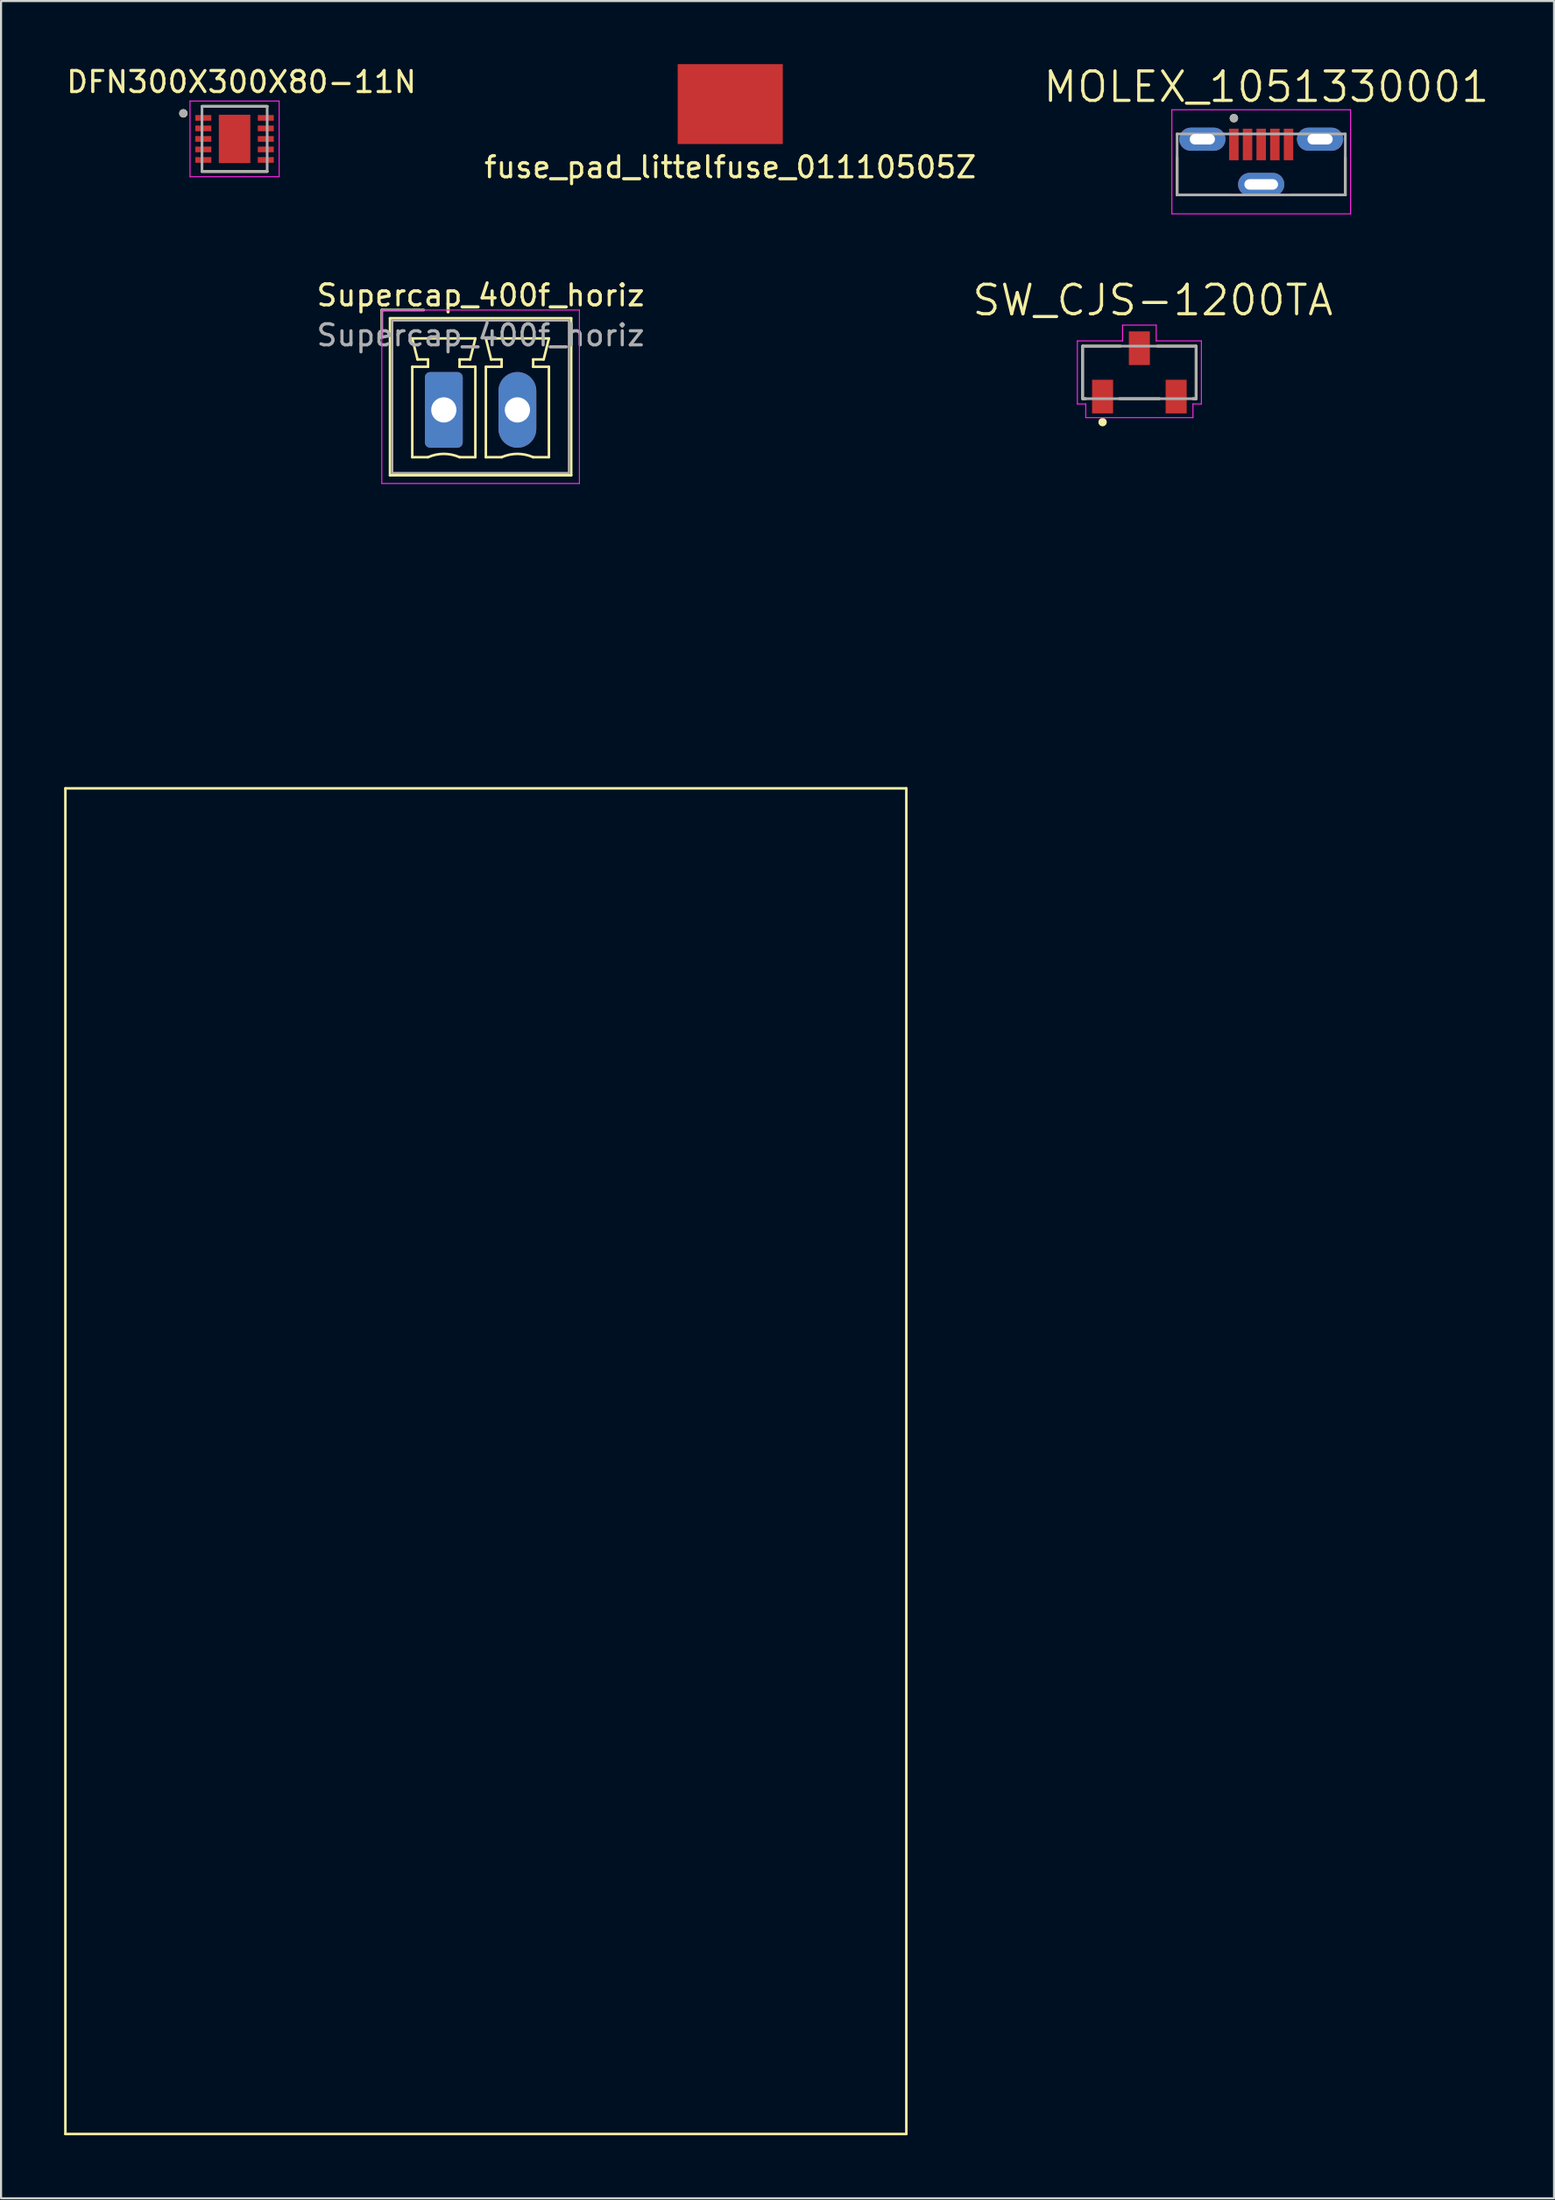
<source format=kicad_pcb>
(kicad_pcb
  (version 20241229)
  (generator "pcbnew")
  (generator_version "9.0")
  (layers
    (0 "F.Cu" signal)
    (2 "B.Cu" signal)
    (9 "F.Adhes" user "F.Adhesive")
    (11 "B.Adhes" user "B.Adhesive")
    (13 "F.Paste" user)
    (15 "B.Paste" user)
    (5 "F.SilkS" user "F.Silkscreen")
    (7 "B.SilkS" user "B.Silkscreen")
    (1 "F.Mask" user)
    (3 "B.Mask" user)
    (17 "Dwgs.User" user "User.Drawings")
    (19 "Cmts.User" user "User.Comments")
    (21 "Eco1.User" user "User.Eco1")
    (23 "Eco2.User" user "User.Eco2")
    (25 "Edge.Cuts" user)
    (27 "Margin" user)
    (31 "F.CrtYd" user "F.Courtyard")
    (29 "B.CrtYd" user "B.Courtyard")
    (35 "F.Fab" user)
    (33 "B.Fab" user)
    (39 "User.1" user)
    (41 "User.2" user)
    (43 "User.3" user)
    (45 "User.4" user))
  (footprint "Supercap_400f_horiz"
    (layer "F.Cu")
    (at 18.06 16.445)
    (property "Reference" "Supercap_400f_horiz" (at 1.75 -5.45 0) (layer "F.SilkS") (effects (font (size 1 1) (thickness 0.15))))
    (attr through_hole)
    (fp_line (start -18 18) (end 22 18) (stroke (width 0.12) (type solid)) (layer "F.SilkS"))
    (fp_line (start -18 82) (end -18 18) (stroke (width 0.12) (type solid)) (layer "F.SilkS"))
    (fp_line (start -2.95 -4.75) (end -0.95 -4.75) (stroke (width 0.12) (type solid)) (layer "F.SilkS"))
    (fp_line (start -2.95 -3.5) (end -2.95 -4.75) (stroke (width 0.12) (type solid)) (layer "F.SilkS"))
    (fp_line (start -2.56 -4.36) (end -2.56 3.11) (stroke (width 0.12) (type solid)) (layer "F.SilkS"))
    (fp_line (start -2.56 3.11) (end 6.06 3.11) (stroke (width 0.12) (type solid)) (layer "F.SilkS"))
    (fp_line (start -1.5 -3.4) (end 1.5 -3.4) (stroke (width 0.12) (type solid)) (layer "F.SilkS"))
    (fp_line (start -1.5 -2.05) (end -0.75 -2.05) (stroke (width 0.12) (type solid)) (layer "F.SilkS"))
    (fp_line (start -1.5 2.25) (end -1.5 -2.05) (stroke (width 0.12) (type solid)) (layer "F.SilkS"))
    (fp_line (start -1.25 -2.4) (end -1.5 -3.4) (stroke (width 0.12) (type solid)) (layer "F.SilkS"))
    (fp_line (start -0.75 -2.4) (end -1.25 -2.4) (stroke (width 0.12) (type solid)) (layer "F.SilkS"))
    (fp_line (start -0.75 -2.05) (end -0.75 -2.4) (stroke (width 0.12) (type solid)) (layer "F.SilkS"))
    (fp_line (start -0.75 2.25) (end -1.5 2.25) (stroke (width 0.12) (type solid)) (layer "F.SilkS"))
    (fp_line (start 0.75 -2.4) (end 0.75 -2.05) (stroke (width 0.12) (type solid)) (layer "F.SilkS"))
    (fp_line (start 0.75 -2.05) (end 1.5 -2.05) (stroke (width 0.12) (type solid)) (layer "F.SilkS"))
    (fp_line (start 1.25 -2.4) (end 0.75 -2.4) (stroke (width 0.12) (type solid)) (layer "F.SilkS"))
    (fp_line (start 1.5 -3.4) (end 1.25 -2.4) (stroke (width 0.12) (type solid)) (layer "F.SilkS"))
    (fp_line (start 1.5 -2.05) (end 1.5 2.25) (stroke (width 0.12) (type solid)) (layer "F.SilkS"))
    (fp_line (start 1.5 2.25) (end 0.75 2.25) (stroke (width 0.12) (type solid)) (layer "F.SilkS"))
    (fp_line (start 2 -3.4) (end 5 -3.4) (stroke (width 0.12) (type solid)) (layer "F.SilkS"))
    (fp_line (start 2 -2.05) (end 2.75 -2.05) (stroke (width 0.12) (type solid)) (layer "F.SilkS"))
    (fp_line (start 2 2.25) (end 2 -2.05) (stroke (width 0.12) (type solid)) (layer "F.SilkS"))
    (fp_line (start 2.25 -2.4) (end 2 -3.4) (stroke (width 0.12) (type solid)) (layer "F.SilkS"))
    (fp_line (start 2.75 -2.4) (end 2.25 -2.4) (stroke (width 0.12) (type solid)) (layer "F.SilkS"))
    (fp_line (start 2.75 -2.05) (end 2.75 -2.4) (stroke (width 0.12) (type solid)) (layer "F.SilkS"))
    (fp_line (start 2.75 2.25) (end 2 2.25) (stroke (width 0.12) (type solid)) (layer "F.SilkS"))
    (fp_line (start 4.25 -2.4) (end 4.25 -2.05) (stroke (width 0.12) (type solid)) (layer "F.SilkS"))
    (fp_line (start 4.25 -2.05) (end 5 -2.05) (stroke (width 0.12) (type solid)) (layer "F.SilkS"))
    (fp_line (start 4.75 -2.4) (end 4.25 -2.4) (stroke (width 0.12) (type solid)) (layer "F.SilkS"))
    (fp_line (start 5 -3.4) (end 4.75 -2.4) (stroke (width 0.12) (type solid)) (layer "F.SilkS"))
    (fp_line (start 5 -2.05) (end 5 2.25) (stroke (width 0.12) (type solid)) (layer "F.SilkS"))
    (fp_line (start 5 2.25) (end 4.25 2.25) (stroke (width 0.12) (type solid)) (layer "F.SilkS"))
    (fp_line (start 6.06 -4.36) (end -2.56 -4.36) (stroke (width 0.12) (type solid)) (layer "F.SilkS"))
    (fp_line (start 6.06 3.11) (end 6.06 -4.36) (stroke (width 0.12) (type solid)) (layer "F.SilkS"))
    (fp_line (start 22 18) (end 22 82) (stroke (width 0.12) (type solid)) (layer "F.SilkS"))
    (fp_line (start 22 82) (end -18 82) (stroke (width 0.12) (type solid)) (layer "F.SilkS"))
    (fp_arc (start -0.75 2.25) (mid -0.000193 2.09191) (end 0.749647 2.249844) (stroke (width 0.12) (type solid)) (layer "F.SilkS"))
    (fp_arc (start 2.75 2.25) (mid 3.499807 2.09191) (end 4.249647 2.249844) (stroke (width 0.12) (type solid)) (layer "F.SilkS"))
    (fp_line (start -2.95 -4.75) (end -2.95 3.5) (stroke (width 0.05) (type solid)) (layer "F.CrtYd"))
    (fp_line (start -2.95 3.5) (end 6.45 3.5) (stroke (width 0.05) (type solid)) (layer "F.CrtYd"))
    (fp_line (start 6.45 -4.75) (end -2.95 -4.75) (stroke (width 0.05) (type solid)) (layer "F.CrtYd"))
    (fp_line (start 6.45 3.5) (end 6.45 -4.75) (stroke (width 0.05) (type solid)) (layer "F.CrtYd"))
    (fp_line (start -2.95 -4.75) (end -0.95 -4.75) (stroke (width 0.1) (type solid)) (layer "F.Fab"))
    (fp_line (start -2.95 -3.5) (end -2.95 -4.75) (stroke (width 0.1) (type solid)) (layer "F.Fab"))
    (fp_line (start -2.45 -4.25) (end -2.45 3) (stroke (width 0.1) (type solid)) (layer "F.Fab"))
    (fp_line (start -2.45 3) (end 5.95 3) (stroke (width 0.1) (type solid)) (layer "F.Fab"))
    (fp_line (start 5.95 -4.25) (end -2.45 -4.25) (stroke (width 0.1) (type solid)) (layer "F.Fab"))
    (fp_line (start 5.95 3) (end 5.95 -4.25) (stroke (width 0.1) (type solid)) (layer "F.Fab"))
    (fp_text user "${REFERENCE}" (at 1.75 -3.55 0) (layer "F.Fab") (effects (font (size 1 1) (thickness 0.15))))
    (pad "1" thru_hole roundrect (at 0 0) (size 1.8 3.6) (drill 1.2) (layers "*.Cu" "*.Mask") (roundrect_rratio 0.139))
    (pad "2" thru_hole oval (at 3.5 0) (size 1.8 3.6) (drill 1.2) (layers "*.Cu" "*.Mask")))
  (footprint "MOLEX_1051330001"
    (layer "F.Cu")
    (at 56.94 3.571)
    (property "Reference" "MOLEX_1051330001" (at 0.245 -2.489 0) (layer "F.SilkS") (effects (font (size 1.4 1.4) (thickness 0.15))))
    (attr through_hole)
    (fp_line (start -4 0.87) (end -4 2.65) (stroke (width 0.127) (type solid)) (layer "F.SilkS"))
    (fp_line (start -4 2.65) (end -1.42 2.65) (stroke (width 0.127) (type solid)) (layer "F.SilkS"))
    (fp_line (start 4 0.87) (end 4 2.65) (stroke (width 0.127) (type solid)) (layer "F.SilkS"))
    (fp_line (start 4 2.65) (end 1.42 2.65) (stroke (width 0.127) (type solid)) (layer "F.SilkS"))
    (fp_circle (center -1.3 -1) (end -1.2 -1) (stroke (width 0.2) (type solid)) (fill no) (layer "F.SilkS"))
    (fp_line (start -4.25 -1.4) (end 4.25 -1.4) (stroke (width 0.05) (type solid)) (layer "F.CrtYd"))
    (fp_line (start -4.25 3.55) (end -4.25 -1.4) (stroke (width 0.05) (type solid)) (layer "F.CrtYd"))
    (fp_line (start 4.25 -1.4) (end 4.25 3.55) (stroke (width 0.05) (type solid)) (layer "F.CrtYd"))
    (fp_line (start 4.25 3.55) (end -4.25 3.55) (stroke (width 0.05) (type solid)) (layer "F.CrtYd"))
    (fp_line (start -4 -0.25) (end 4 -0.25) (stroke (width 0.127) (type solid)) (layer "F.Fab"))
    (fp_line (start -4 2.65) (end -4 -0.25) (stroke (width 0.127) (type solid)) (layer "F.Fab"))
    (fp_line (start 4 -0.25) (end 4 2.65) (stroke (width 0.127) (type solid)) (layer "F.Fab"))
    (fp_line (start 4 2.65) (end -4 2.65) (stroke (width 0.127) (type solid)) (layer "F.Fab"))
    (fp_circle (center -1.3 -1) (end -1.2 -1) (stroke (width 0.2) (type solid)) (fill no) (layer "F.Fab"))
    (pad "1" smd rect (at -1.3 0.25) (size 0.45 1.5) (layers "F.Cu" "F.Mask" "F.Paste"))
    (pad "2" smd rect (at -0.65 0.25) (size 0.45 1.5) (layers "F.Cu" "F.Mask" "F.Paste"))
    (pad "3" smd rect (at 0 0.25) (size 0.45 1.5) (layers "F.Cu" "F.Mask" "F.Paste"))
    (pad "4" smd rect (at 0.65 0.25) (size 0.45 1.5) (layers "F.Cu" "F.Mask" "F.Paste"))
    (pad "5" smd rect (at 1.3 0.25) (size 0.45 1.5) (layers "F.Cu" "F.Mask" "F.Paste"))
    (pad "S1" thru_hole oval (at -2.8 0) (size 2.2 1.1) (drill oval 1.2 0.5) (layers "*.Cu" "*.Mask"))
    (pad "S2" thru_hole oval (at 2.8 0) (size 2.2 1.1) (drill oval 1.2 0.5) (layers "*.Cu" "*.Mask"))
    (pad "S3" thru_hole oval (at 0 2.15) (size 2.2 1.1) (drill oval 1.6 0.5) (layers "*.Cu" "*.Mask")))
  (footprint "fuse_pad_littelfuse_01110505Z"
    (layer "F.Cu")
    (at 31.685 1.9)
    (property "Reference" "fuse_pad_littelfuse_01110505Z" (at 0 3 0) (layer "F.SilkS") (effects (font (size 1 1) (thickness 0.15))))
    (attr smd)
    (pad "1" smd rect (at 0 0) (size 5 3.8) (layers "F.Cu" "F.Mask" "F.Paste")))
  (footprint "DFN300X300X80-11N"
    (layer "F.Cu")
    (at 8.108 3.557)
    (property "Reference" "DFN300X300X80-11N" (at 0.327 -2.708 0) (layer "F.SilkS") (effects (font (size 1 1) (thickness 0.15))))
    (attr through_hole)
    (fp_line (start -1.55 1.55) (end 1.55 1.55) (stroke (width 0.127) (type solid)) (layer "F.SilkS"))
    (fp_line (start 1.55 -1.55) (end -1.55 -1.55) (stroke (width 0.127) (type solid)) (layer "F.SilkS"))
    (fp_circle (center -2.436 -1.216) (end -2.336 -1.216) (stroke (width 0.2) (type solid)) (fill no) (layer "F.SilkS"))
    (fp_poly (pts (xy -0.474 -0.727) (xy 0.474 -0.727) (xy 0.474 0.727) (xy -0.474 0.727)) (stroke (width 0.01) (type solid)) (fill yes) (layer "F.Paste"))
    (fp_line (start -2.12 -1.8) (end 2.12 -1.8) (stroke (width 0.05) (type solid)) (layer "F.CrtYd"))
    (fp_line (start -2.12 1.8) (end -2.12 -1.8) (stroke (width 0.05) (type solid)) (layer "F.CrtYd"))
    (fp_line (start 2.12 -1.8) (end 2.12 1.8) (stroke (width 0.05) (type solid)) (layer "F.CrtYd"))
    (fp_line (start 2.12 1.8) (end -2.12 1.8) (stroke (width 0.05) (type solid)) (layer "F.CrtYd"))
    (fp_line (start -1.55 -1.55) (end -1.55 1.55) (stroke (width 0.127) (type solid)) (layer "F.Fab"))
    (fp_line (start -1.55 1.55) (end 1.55 1.55) (stroke (width 0.127) (type solid)) (layer "F.Fab"))
    (fp_line (start 1.55 -1.55) (end -1.55 -1.55) (stroke (width 0.127) (type solid)) (layer "F.Fab"))
    (fp_line (start 1.55 1.55) (end 1.55 -1.55) (stroke (width 0.127) (type solid)) (layer "F.Fab"))
    (fp_circle (center -2.436 -1.216) (end -2.336 -1.216) (stroke (width 0.2) (type solid)) (fill no) (layer "F.Fab"))
    (pad "1" smd rect (at -1.485 -1) (size 0.76 0.27) (layers "F.Cu" "F.Mask" "F.Paste"))
    (pad "2" smd rect (at -1.485 -0.5) (size 0.76 0.27) (layers "F.Cu" "F.Mask" "F.Paste"))
    (pad "3" smd rect (at -1.485 0) (size 0.76 0.27) (layers "F.Cu" "F.Mask" "F.Paste"))
    (pad "4" smd rect (at -1.485 0.5) (size 0.76 0.27) (layers "F.Cu" "F.Mask" "F.Paste"))
    (pad "5" smd rect (at -1.485 1) (size 0.76 0.27) (layers "F.Cu" "F.Mask" "F.Paste"))
    (pad "6" smd rect (at 1.485 1) (size 0.76 0.27) (layers "F.Cu" "F.Mask" "F.Paste"))
    (pad "7" smd rect (at 1.485 0.5) (size 0.76 0.27) (layers "F.Cu" "F.Mask" "F.Paste"))
    (pad "8" smd rect (at 1.485 0) (size 0.76 0.27) (layers "F.Cu" "F.Mask" "F.Paste"))
    (pad "9" smd rect (at 1.485 -0.5) (size 0.76 0.27) (layers "F.Cu" "F.Mask" "F.Paste"))
    (pad "10" smd rect (at 1.485 -1) (size 0.76 0.27) (layers "F.Cu" "F.Mask" "F.Paste"))
    (pad "11" smd rect (at 0 0) (size 1.5 2.3) (layers "F.Cu" "F.Mask")))
  (footprint "SW_CJS-1200TA"
    (layer "F.Cu")
    (at 51.145 14.662)
    (property "Reference" "SW_CJS-1200TA" (at 0.636 -3.433 0) (layer "F.SilkS") (effects (font (size 1.402 1.402) (thickness 0.15))))
    (attr through_hole)
    (fp_line (start -2.7 -1.25) (end -2.7 1.25) (stroke (width 0.127) (type solid)) (layer "F.SilkS"))
    (fp_line (start -2.7 1.25) (end -2.55 1.25) (stroke (width 0.127) (type solid)) (layer "F.SilkS"))
    (fp_line (start -0.95 1.25) (end 0.95 1.25) (stroke (width 0.127) (type solid)) (layer "F.SilkS"))
    (fp_line (start -0.9 -1.25) (end -2.7 -1.25) (stroke (width 0.127) (type solid)) (layer "F.SilkS"))
    (fp_line (start 2.55 1.25) (end 2.7 1.25) (stroke (width 0.127) (type solid)) (layer "F.SilkS"))
    (fp_line (start 2.7 -1.25) (end 0.85 -1.25) (stroke (width 0.127) (type solid)) (layer "F.SilkS"))
    (fp_line (start 2.7 1.25) (end 2.7 -1.25) (stroke (width 0.127) (type solid)) (layer "F.SilkS"))
    (fp_circle (center -1.75 2.365) (end -1.65 2.365) (stroke (width 0.2) (type solid)) (fill no) (layer "F.SilkS"))
    (fp_line (start -2.95 -1.5) (end -0.8 -1.5) (stroke (width 0.05) (type solid)) (layer "F.CrtYd"))
    (fp_line (start -2.95 1.5) (end -2.95 -1.5) (stroke (width 0.05) (type solid)) (layer "F.CrtYd"))
    (fp_line (start -2.55 1.5) (end -2.95 1.5) (stroke (width 0.05) (type solid)) (layer "F.CrtYd"))
    (fp_line (start -2.55 2.15) (end -2.55 1.5) (stroke (width 0.05) (type solid)) (layer "F.CrtYd"))
    (fp_line (start -0.8 -2.25) (end 0.8 -2.25) (stroke (width 0.05) (type solid)) (layer "F.CrtYd"))
    (fp_line (start -0.8 -1.5) (end -0.8 -2.25) (stroke (width 0.05) (type solid)) (layer "F.CrtYd"))
    (fp_line (start 0.8 -2.25) (end 0.8 -1.5) (stroke (width 0.05) (type solid)) (layer "F.CrtYd"))
    (fp_line (start 0.8 -1.5) (end 2.95 -1.5) (stroke (width 0.05) (type solid)) (layer "F.CrtYd"))
    (fp_line (start 2.55 1.5) (end 2.55 2.15) (stroke (width 0.05) (type solid)) (layer "F.CrtYd"))
    (fp_line (start 2.55 2.15) (end -2.55 2.15) (stroke (width 0.05) (type solid)) (layer "F.CrtYd"))
    (fp_line (start 2.95 -1.5) (end 2.95 1.5) (stroke (width 0.05) (type solid)) (layer "F.CrtYd"))
    (fp_line (start 2.95 1.5) (end 2.55 1.5) (stroke (width 0.05) (type solid)) (layer "F.CrtYd"))
    (fp_line (start -2.7 -1.25) (end 2.7 -1.25) (stroke (width 0.127) (type solid)) (layer "F.Fab"))
    (fp_line (start -2.7 1.25) (end -2.7 -1.25) (stroke (width 0.127) (type solid)) (layer "F.Fab"))
    (fp_line (start 2.7 -1.25) (end 2.7 1.25) (stroke (width 0.127) (type solid)) (layer "F.Fab"))
    (fp_line (start 2.7 1.25) (end -2.7 1.25) (stroke (width 0.127) (type solid)) (layer "F.Fab"))
    (pad "1" smd rect (at -1.75 1.15) (size 1 1.6) (layers "F.Cu" "F.Mask" "F.Paste"))
    (pad "2" smd rect (at 0 -1.15) (size 1 1.6) (layers "F.Cu" "F.Mask" "F.Paste"))
    (pad "3" smd rect (at 1.75 1.15) (size 1 1.6) (layers "F.Cu" "F.Mask" "F.Paste")))
  (gr_rect
    (start -3 -3)
    (end 70.87 101.504)
    (stroke (width 0.1) (type default))
    (fill no)
    (layer "Edge.Cuts")))
</source>
